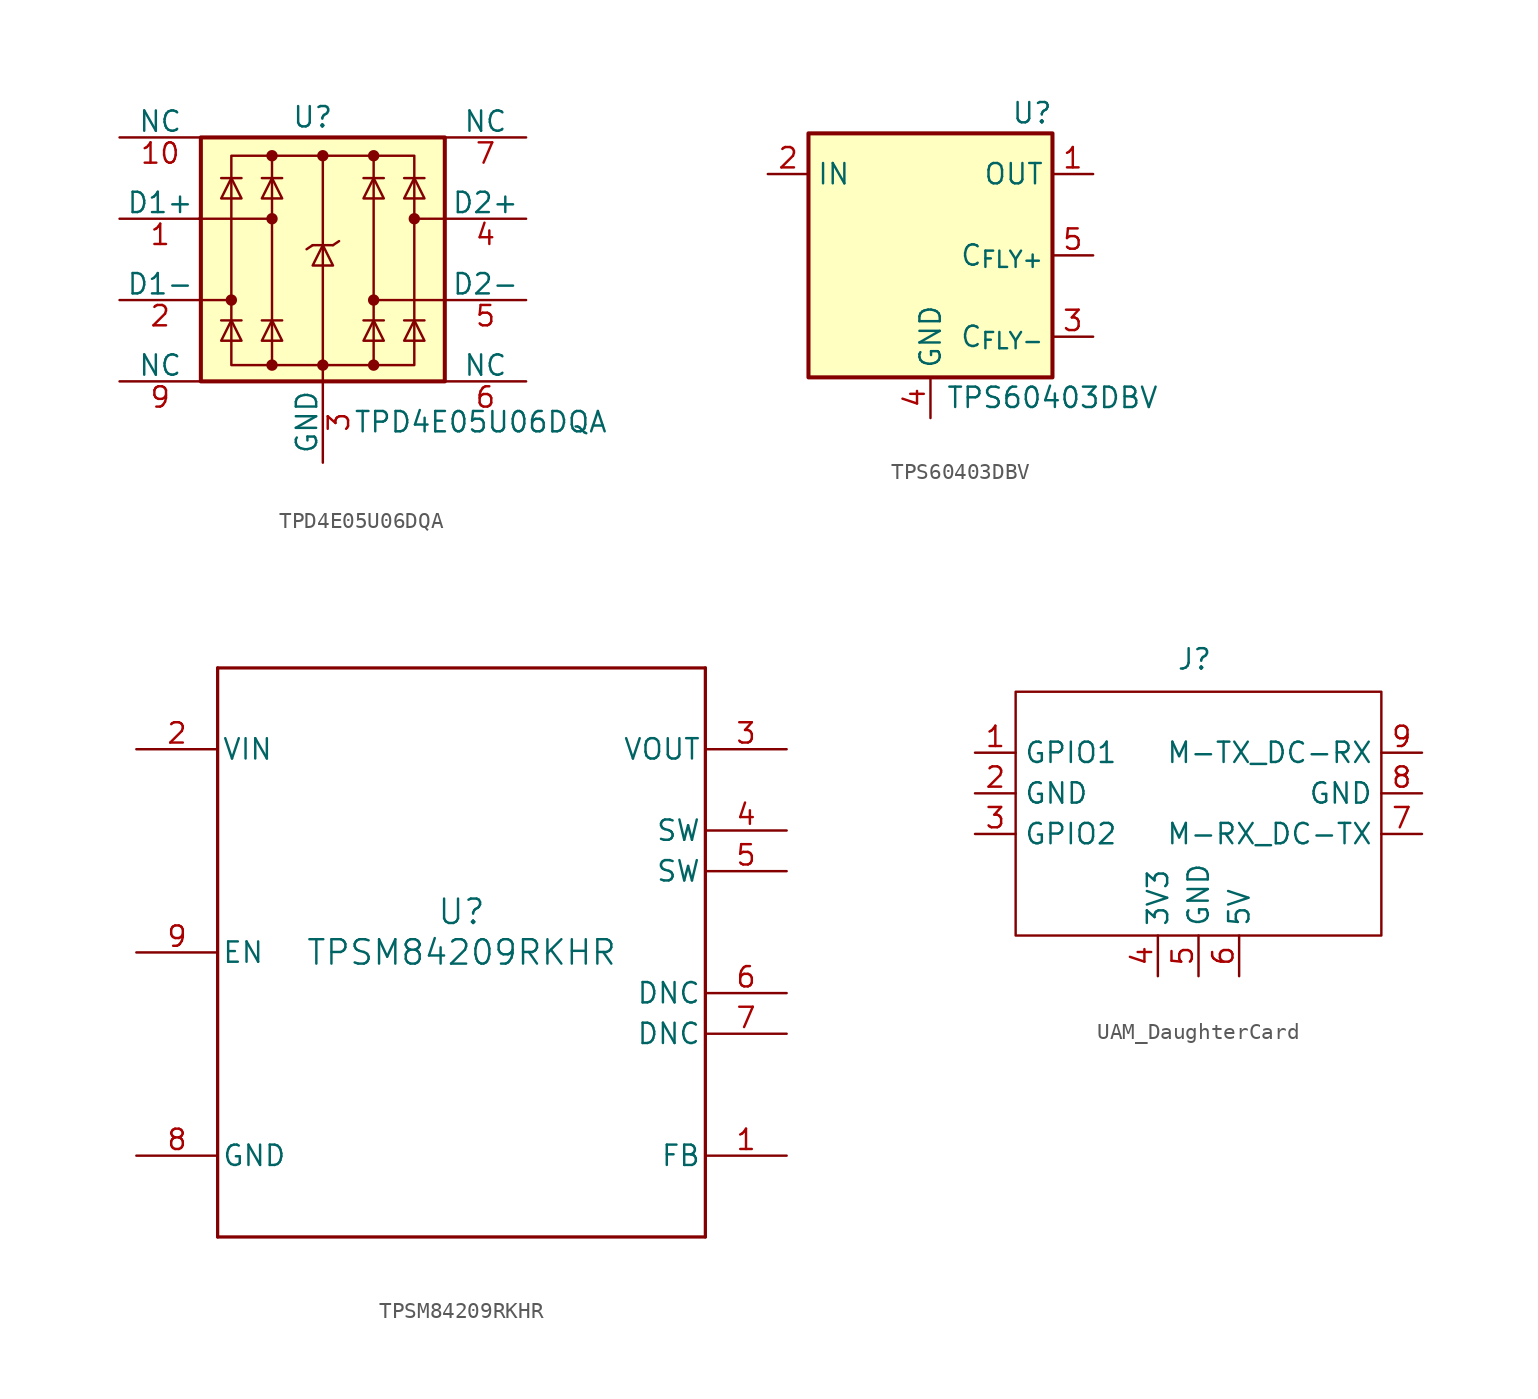
<source format=kicad_sym>
(kicad_symbol_lib
  (version 20231120)
  (generator "kicad_symbol_editor")
  (generator_version "8.0")
  (symbol "TPD4E05U06DQA"
    (pin_names
      (offset 0))
    (property "Reference" "U"
      (at -0.635 8.89 0)
      (effects (font (size 1.27 1.27))))
    (property "Value" "TPD4E05U06DQA"
      (at 1.905 -10.16 0)
      (effects (font (size 1.27 1.27)) (justify left)))
    (symbol "TPD4E05U06DQA_0_0"
      (rectangle (start -5.715 6.477) (end 5.715 -6.604) (stroke (width 0) (type default)) (fill (type none)))
      (polyline (pts (xy -3.175 -6.604) (xy -3.175 6.477)) (stroke (width 0) (type default)) (fill (type none)))
      (polyline (pts (xy 0 6.477) (xy 0 -6.604)) (stroke (width 0) (type default)) (fill (type none)))
      (polyline (pts (xy 3.175 6.477) (xy 3.175 -6.604)) (stroke (width 0) (type default)) (fill (type none))))
    (symbol "TPD4E05U06DQA_0_1"
      (rectangle (start -7.62 7.62) (end 7.62 -7.62) (stroke (width 0.254) (type default)) (fill (type background)))
      (circle (center -5.715 -2.54) (radius 0.279) (stroke (width 0) (type default)) (fill (type outline)))
      (circle (center -3.175 -6.604) (radius 0.279) (stroke (width 0) (type default)) (fill (type outline)))
      (circle (center -3.175 2.54) (radius 0.279) (stroke (width 0) (type default)) (fill (type outline)))
      (circle (center -3.175 6.477) (radius 0.279) (stroke (width 0) (type default)) (fill (type outline)))
      (circle (center 0 -6.604) (radius 0.279) (stroke (width 0) (type default)) (fill (type outline)))
      (polyline (pts (xy -7.747 2.54) (xy -3.175 2.54)) (stroke (width 0) (type default)) (fill (type none)))
      (polyline (pts (xy -7.62 -2.54) (xy -5.715 -2.54)) (stroke (width 0) (type default)) (fill (type none)))
      (polyline (pts (xy -5.08 -3.81) (xy -6.35 -3.81)) (stroke (width 0) (type default)) (fill (type none)))
      (polyline (pts (xy -5.08 5.08) (xy -6.35 5.08)) (stroke (width 0) (type default)) (fill (type none)))
      (polyline (pts (xy -2.54 -3.81) (xy -3.81 -3.81)) (stroke (width 0) (type default)) (fill (type none)))
      (polyline (pts (xy -2.54 5.08) (xy -3.81 5.08)) (stroke (width 0) (type default)) (fill (type none)))
      (polyline (pts (xy -0.635 0.889) (xy -1.016 0.635)) (stroke (width 0) (type default)) (fill (type none)))
      (polyline (pts (xy 0 -6.604) (xy 0 -7.62)) (stroke (width 0) (type default)) (fill (type none)))
      (polyline (pts (xy 0.635 0.889) (xy -0.635 0.889)) (stroke (width 0) (type default)) (fill (type none)))
      (polyline (pts (xy 0.635 0.889) (xy 1.016 1.143)) (stroke (width 0) (type default)) (fill (type none)))
      (polyline (pts (xy 3.81 -3.81) (xy 2.54 -3.81)) (stroke (width 0) (type default)) (fill (type none)))
      (polyline (pts (xy 3.81 5.08) (xy 2.54 5.08)) (stroke (width 0) (type default)) (fill (type none)))
      (polyline (pts (xy 6.35 -3.81) (xy 5.08 -3.81)) (stroke (width 0) (type default)) (fill (type none)))
      (polyline (pts (xy 6.35 5.08) (xy 5.08 5.08)) (stroke (width 0) (type default)) (fill (type none)))
      (polyline (pts (xy 7.62 -2.54) (xy 3.175 -2.54)) (stroke (width 0) (type default)) (fill (type none)))
      (polyline (pts (xy 7.62 2.54) (xy 5.715 2.54)) (stroke (width 0) (type default)) (fill (type none)))
      (polyline (pts (xy -5.08 -5.08) (xy -6.35 -5.08) (xy -5.715 -3.81) (xy -5.08 -5.08)) (stroke (width 0) (type default)) (fill (type none)))
      (polyline (pts (xy -5.08 3.81) (xy -6.35 3.81) (xy -5.715 5.08) (xy -5.08 3.81)) (stroke (width 0) (type default)) (fill (type none)))
      (polyline (pts (xy -2.54 -5.08) (xy -3.81 -5.08) (xy -3.175 -3.81) (xy -2.54 -5.08)) (stroke (width 0) (type default)) (fill (type none)))
      (polyline (pts (xy -2.54 3.81) (xy -3.81 3.81) (xy -3.175 5.08) (xy -2.54 3.81)) (stroke (width 0) (type default)) (fill (type none)))
      (polyline (pts (xy 0.635 -0.381) (xy -0.635 -0.381) (xy 0 0.889) (xy 0.635 -0.381)) (stroke (width 0) (type default)) (fill (type none)))
      (polyline (pts (xy 3.81 -5.08) (xy 2.54 -5.08) (xy 3.175 -3.81) (xy 3.81 -5.08)) (stroke (width 0) (type default)) (fill (type none)))
      (polyline (pts (xy 3.81 3.81) (xy 2.54 3.81) (xy 3.175 5.08) (xy 3.81 3.81)) (stroke (width 0) (type default)) (fill (type none)))
      (polyline (pts (xy 6.35 -5.08) (xy 5.08 -5.08) (xy 5.715 -3.81) (xy 6.35 -5.08)) (stroke (width 0) (type default)) (fill (type none)))
      (polyline (pts (xy 6.35 3.81) (xy 5.08 3.81) (xy 5.715 5.08) (xy 6.35 3.81)) (stroke (width 0) (type default)) (fill (type none)))
      (circle (center 0 6.477) (radius 0.279) (stroke (width 0) (type default)) (fill (type outline)))
      (circle (center 3.175 -6.604) (radius 0.279) (stroke (width 0) (type default)) (fill (type outline)))
      (circle (center 3.175 -2.54) (radius 0.279) (stroke (width 0) (type default)) (fill (type outline)))
      (circle (center 3.175 6.477) (radius 0.279) (stroke (width 0) (type default)) (fill (type outline)))
      (circle (center 5.715 2.54) (radius 0.279) (stroke (width 0) (type default)) (fill (type outline))))
    (symbol "TPD4E05U06DQA_1_1"
      (pin passive line (at -12.7 2.54 0) (length 5.08) (name "D1+" (effects (font (size 1.27 1.27)))) (number "1" (effects (font (size 1.27 1.27)))))
      (pin free line (at -12.7 7.62 0) (length 5.08) (name "NC" (effects (font (size 1.27 1.27)))) (number "10" (effects (font (size 1.27 1.27)))))
      (pin passive line (at -12.7 -2.54 0) (length 5.08) (name "D1-" (effects (font (size 1.27 1.27)))) (number "2" (effects (font (size 1.27 1.27)))))
      (pin power_in line (at 0 -12.7 90) (length 5.08) (name "GND" (effects (font (size 1.27 1.27)))) (number "3" (effects (font (size 1.27 1.27)))))
      (pin passive line (at 12.7 2.54 180) (length 5.08) (name "D2+" (effects (font (size 1.27 1.27)))) (number "4" (effects (font (size 1.27 1.27)))))
      (pin passive line (at 12.7 -2.54 180) (length 5.08) (name "D2-" (effects (font (size 1.27 1.27)))) (number "5" (effects (font (size 1.27 1.27)))))
      (pin free line (at 12.7 -7.62 180) (length 5.08) (name "NC" (effects (font (size 1.27 1.27)))) (number "6" (effects (font (size 1.27 1.27)))))
      (pin free line (at 12.7 7.62 180) (length 5.08) (name "NC" (effects (font (size 1.27 1.27)))) (number "7" (effects (font (size 1.27 1.27)))))
      (pin passive line (at 0 -12.7 90) (length 5.08) hide (name "GND" (effects (font (size 1.27 1.27)))) (number "8" (effects (font (size 1.27 1.27)))))
      (pin free line (at -12.7 -7.62 0) (length 5.08) (name "NC" (effects (font (size 1.27 1.27)))) (number "9" (effects (font (size 1.27 1.27)))))))
  (symbol "TPS60403DBV"
    (property "Reference" "U"
      (at 6.35 8.89 0)
      (effects (font (size 1.27 1.27))))
    (property "Value" "TPS60403DBV"
      (at 7.62 -8.89 0)
      (effects (font (size 1.27 1.27))))
    (symbol "TPS60403DBV_1_1"
      (rectangle (start -7.62 7.62) (end 7.62 -7.62) (stroke (width 0.254) (type default)) (fill (type background)))
      (pin power_out line (at 10.16 5.08 180) (length 2.54) (name "OUT" (effects (font (size 1.27 1.27)))) (number "1" (effects (font (size 1.27 1.27)))))
      (pin power_in line (at -10.16 5.08 0) (length 2.54) (name "IN" (effects (font (size 1.27 1.27)))) (number "2" (effects (font (size 1.27 1.27)))))
      (pin passive line (at 10.16 -5.08 180) (length 2.54) (name "C_{FLY-}" (effects (font (size 1.27 1.27)))) (number "3" (effects (font (size 1.27 1.27)))))
      (pin power_in line (at 0 -10.16 90) (length 2.54) (name "GND" (effects (font (size 1.27 1.27)))) (number "4" (effects (font (size 1.27 1.27)))))
      (pin passive line (at 10.16 0 180) (length 2.54) (name "C_{FLY+}" (effects (font (size 1.27 1.27)))) (number "5" (effects (font (size 1.27 1.27)))))))
  (symbol "TPSM84209RKHR"
    (pin_names
      (offset 0.254))
    (property "Reference" "U"
      (at 0 2.54 0)
      (effects (font (size 1.524 1.524))))
    (property "Value" "TPSM84209RKHR"
      (at 0 0 0)
      (effects (font (size 1.524 1.524))))
    (property "ki_locked" ""
      (at 0 0 0)
      (effects (font (size 1.27 1.27))))
    (symbol "TPSM84209RKHR_1_1"
      (polyline (pts (xy -15.24 -17.78) (xy 15.24 -17.78)) (stroke (width 0.203) (type default)) (fill (type none)))
      (polyline (pts (xy -15.24 17.78) (xy -15.24 -17.78)) (stroke (width 0.203) (type default)) (fill (type none)))
      (polyline (pts (xy 15.24 -17.78) (xy 15.24 17.78)) (stroke (width 0.203) (type default)) (fill (type none)))
      (polyline (pts (xy 15.24 17.78) (xy -15.24 17.78)) (stroke (width 0.203) (type default)) (fill (type none)))
      (pin input line (at 20.32 -12.7 180) (length 5.08) (name "FB" (effects (font (size 1.27 1.27)))) (number "1" (effects (font (size 1.27 1.27)))))
      (pin power_in line (at -20.32 12.7 0) (length 5.08) (name "VIN" (effects (font (size 1.27 1.27)))) (number "2" (effects (font (size 1.27 1.27)))))
      (pin power_in line (at 20.32 12.7 180) (length 5.08) (name "VOUT" (effects (font (size 1.27 1.27)))) (number "3" (effects (font (size 1.27 1.27)))))
      (pin power_in line (at 20.32 7.62 180) (length 5.08) (name "SW" (effects (font (size 1.27 1.27)))) (number "4" (effects (font (size 1.27 1.27)))))
      (pin power_in line (at 20.32 5.08 180) (length 5.08) (name "SW" (effects (font (size 1.27 1.27)))) (number "5" (effects (font (size 1.27 1.27)))))
      (pin unspecified line (at 20.32 -2.54 180) (length 5.08) (name "DNC" (effects (font (size 1.27 1.27)))) (number "6" (effects (font (size 1.27 1.27)))))
      (pin unspecified line (at 20.32 -5.08 180) (length 5.08) (name "DNC" (effects (font (size 1.27 1.27)))) (number "7" (effects (font (size 1.27 1.27)))))
      (pin power_in line (at -20.32 -12.7 0) (length 5.08) (name "GND" (effects (font (size 1.27 1.27)))) (number "8" (effects (font (size 1.27 1.27)))))
      (pin input line (at -20.32 0 0) (length 5.08) (name "EN" (effects (font (size 1.27 1.27)))) (number "9" (effects (font (size 1.27 1.27)))))))
  (symbol "UAM_DaughterCard"
    (property "Reference" "J"
      (at -0.254 8.382 0)
      (effects (font (size 1.27 1.27))))
    (property "Value" ""
      (at 0 0 0)
      (effects (font (size 1.27 1.27))))
    (symbol "UAM_DaughterCard_0_1"
      (rectangle (start -11.43 6.35) (end 11.43 -8.89) (stroke (width 0) (type default)) (fill (type none))))
    (symbol "UAM_DaughterCard_1_1"
      (pin bidirectional line (at -13.97 2.54 0) (length 2.54) (name "GPIO1" (effects (font (size 1.27 1.27)))) (number "1" (effects (font (size 1.27 1.27)))))
      (pin power_in line (at -13.97 0 0) (length 2.54) (name "GND" (effects (font (size 1.27 1.27)))) (number "2" (effects (font (size 1.27 1.27)))))
      (pin bidirectional line (at -13.97 -2.54 0) (length 2.54) (name "GPIO2" (effects (font (size 1.27 1.27)))) (number "3" (effects (font (size 1.27 1.27)))))
      (pin power_in line (at -2.54 -11.43 90) (length 2.54) (name "3V3" (effects (font (size 1.27 1.27)))) (number "4" (effects (font (size 1.27 1.27)))))
      (pin power_in line (at 0 -11.43 90) (length 2.54) (name "GND" (effects (font (size 1.27 1.27)))) (number "5" (effects (font (size 1.27 1.27)))))
      (pin power_in line (at 2.54 -11.43 90) (length 2.54) (name "5V" (effects (font (size 1.27 1.27)))) (number "6" (effects (font (size 1.27 1.27)))))
      (pin output line (at 13.97 -2.54 180) (length 2.54) (name "M-RX_DC-TX" (effects (font (size 1.27 1.27)))) (number "7" (effects (font (size 1.27 1.27)))))
      (pin power_in line (at 13.97 0 180) (length 2.54) (name "GND" (effects (font (size 1.27 1.27)))) (number "8" (effects (font (size 1.27 1.27)))))
      (pin output line (at 13.97 2.54 180) (length 2.54) (name "M-TX_DC-RX" (effects (font (size 1.27 1.27)))) (number "9" (effects (font (size 1.27 1.27))))))))
</source>
